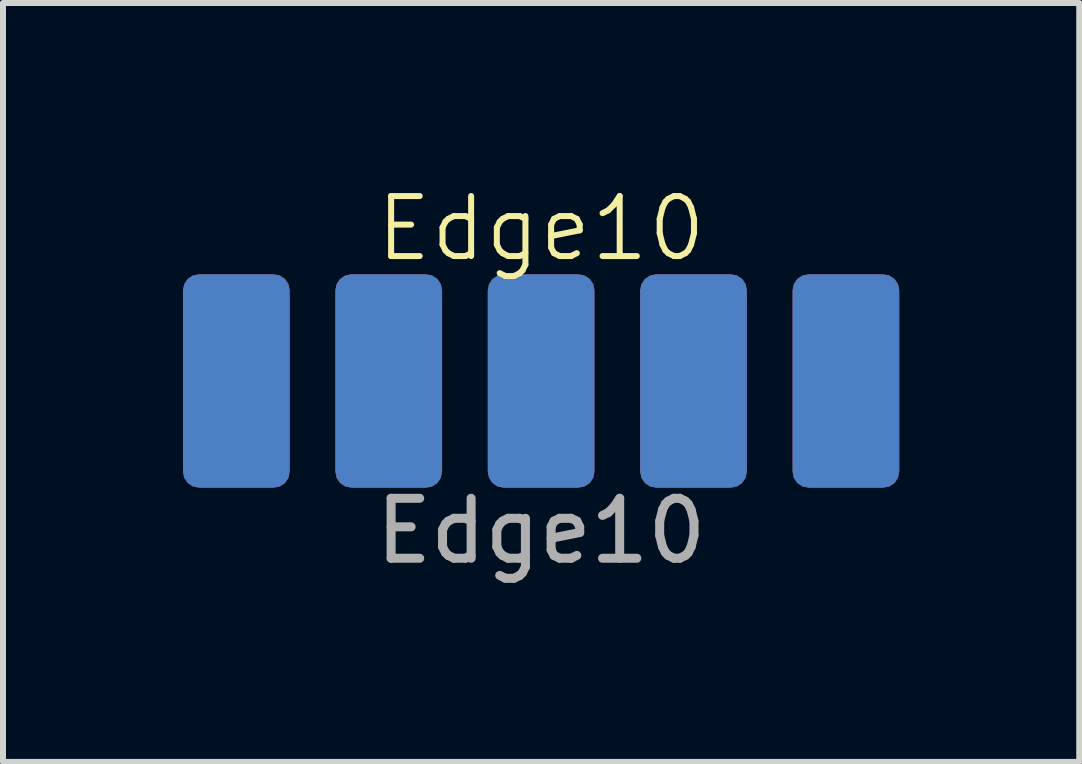
<source format=kicad_pcb>
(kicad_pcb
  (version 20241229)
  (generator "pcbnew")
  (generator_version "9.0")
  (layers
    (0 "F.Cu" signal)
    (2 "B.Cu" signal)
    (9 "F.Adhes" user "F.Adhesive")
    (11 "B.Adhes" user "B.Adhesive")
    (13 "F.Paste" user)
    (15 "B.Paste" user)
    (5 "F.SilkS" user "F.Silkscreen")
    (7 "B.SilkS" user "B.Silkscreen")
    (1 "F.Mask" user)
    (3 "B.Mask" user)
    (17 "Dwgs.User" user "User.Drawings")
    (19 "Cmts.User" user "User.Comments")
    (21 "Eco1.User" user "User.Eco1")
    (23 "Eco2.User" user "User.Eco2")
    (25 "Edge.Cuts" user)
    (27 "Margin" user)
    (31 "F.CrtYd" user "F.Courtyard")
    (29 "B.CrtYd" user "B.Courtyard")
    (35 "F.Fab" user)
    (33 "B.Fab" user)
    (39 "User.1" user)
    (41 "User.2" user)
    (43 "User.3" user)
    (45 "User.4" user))
  (footprint "Edge10"
    (layer "F.Cu")
    (at 5.969 3.3)
    (property "Reference" "Edge10" (at 0 -2.54 0) (unlocked yes) (layer "F.SilkS") (effects (font (size 1 1) (thickness 0.1))))
    (attr smd)
    (fp_text user "${REFERENCE}" (at 0 2.5 0) (unlocked yes) (layer "F.Fab") (effects (font (size 1 1) (thickness 0.15))))
    (pad "1" smd roundrect (at -5.08 0 90) (size 3.556 1.778) (layers "F.Cu" "F.Mask" "F.Paste") (roundrect_rratio 0.15))
    (pad "2" smd roundrect (at -5.08 0 270) (size 3.556 1.778) (layers "B.Cu" "B.Mask" "B.Paste") (roundrect_rratio 0.15))
    (pad "3" smd roundrect (at -2.54 0 90) (size 3.556 1.778) (layers "F.Cu" "F.Mask" "F.Paste") (roundrect_rratio 0.15))
    (pad "4" smd roundrect (at -2.54 0 270) (size 3.556 1.778) (layers "B.Cu" "B.Mask" "B.Paste") (roundrect_rratio 0.15))
    (pad "5" smd roundrect (at 0 0 90) (size 3.556 1.778) (layers "F.Cu" "F.Mask" "F.Paste") (roundrect_rratio 0.15))
    (pad "6" smd roundrect (at 0 0 270) (size 3.556 1.778) (layers "B.Cu" "B.Mask" "B.Paste") (roundrect_rratio 0.15))
    (pad "7" smd roundrect (at 2.54 0 90) (size 3.556 1.778) (layers "F.Cu" "F.Mask" "F.Paste") (roundrect_rratio 0.15))
    (pad "8" smd roundrect (at 2.54 0 270) (size 3.556 1.778) (layers "B.Cu" "B.Mask" "B.Paste") (roundrect_rratio 0.15))
    (pad "9" smd roundrect (at 5.08 0 90) (size 3.556 1.778) (layers "F.Cu" "F.Mask" "F.Paste") (roundrect_rratio 0.15))
    (pad "10" smd roundrect (at 5.08 0 270) (size 3.556 1.778) (layers "B.Cu" "B.Mask" "B.Paste") (roundrect_rratio 0.15)))
  (gr_rect
    (start -3 -3)
    (end 14.938 9.649)
    (stroke (width 0.1) (type default))
    (fill no)
    (layer "Edge.Cuts")))
</source>
